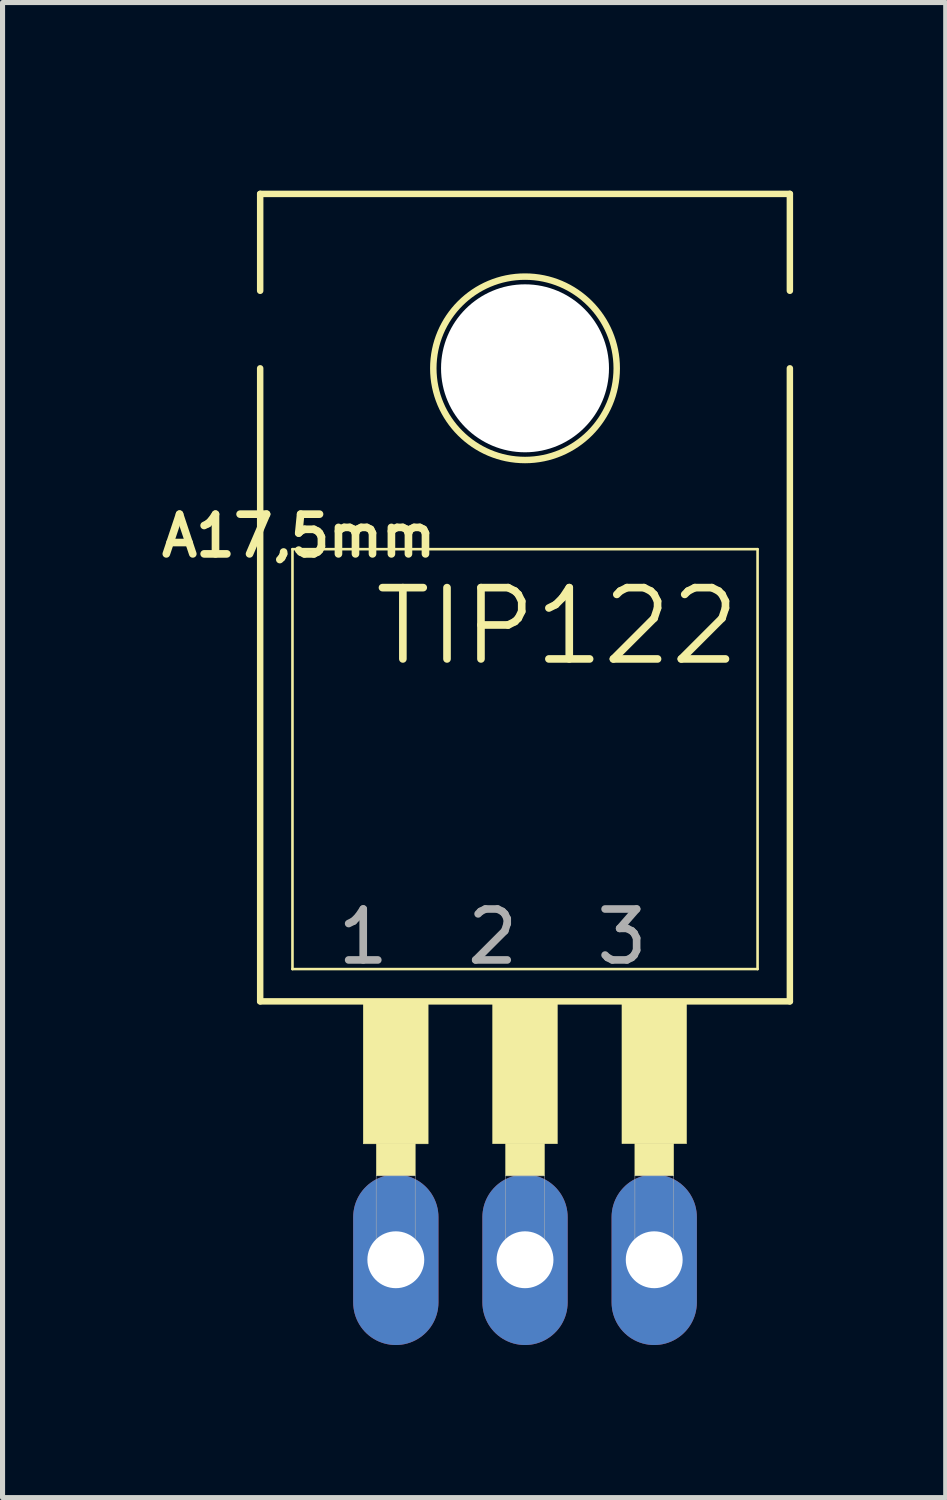
<source format=kicad_pcb>
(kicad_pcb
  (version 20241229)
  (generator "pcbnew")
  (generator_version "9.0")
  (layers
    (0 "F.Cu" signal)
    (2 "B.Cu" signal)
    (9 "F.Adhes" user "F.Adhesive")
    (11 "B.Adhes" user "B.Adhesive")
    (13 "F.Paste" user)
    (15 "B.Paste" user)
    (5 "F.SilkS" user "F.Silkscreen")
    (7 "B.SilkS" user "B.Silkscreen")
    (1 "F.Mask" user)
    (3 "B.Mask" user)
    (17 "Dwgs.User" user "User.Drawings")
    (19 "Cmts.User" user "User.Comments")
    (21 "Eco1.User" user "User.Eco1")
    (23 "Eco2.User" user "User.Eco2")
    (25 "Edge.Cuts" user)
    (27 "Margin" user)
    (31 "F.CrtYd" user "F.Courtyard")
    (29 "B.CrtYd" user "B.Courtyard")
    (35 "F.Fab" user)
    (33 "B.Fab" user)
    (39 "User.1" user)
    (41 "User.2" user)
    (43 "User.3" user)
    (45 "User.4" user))
  (footprint "TIP122"
    (layer "F.Cu")
    (at 7.272 15.367)
    (property "Reference" "TIP122" (at 0.636 -6.103 0) (layer "F.SilkS") (effects (font (size 1.402 1.402) (thickness 0.15))))
    (attr through_hole)
    (fp_line (start -5.207 -12.7) (end -5.207 -14.605) (stroke (width 0.127) (type solid)) (layer "F.SilkS"))
    (fp_line (start -5.207 1.27) (end -5.207 -11.176) (stroke (width 0.127) (type solid)) (layer "F.SilkS"))
    (fp_line (start -5.207 1.27) (end 5.207 1.27) (stroke (width 0.127) (type solid)) (layer "F.SilkS"))
    (fp_line (start -4.572 0.635) (end -4.572 -7.62) (stroke (width 0.051) (type solid)) (layer "F.SilkS"))
    (fp_line (start -4.572 0.635) (end 4.572 0.635) (stroke (width 0.051) (type solid)) (layer "F.SilkS"))
    (fp_line (start 4.572 -7.62) (end -4.572 -7.62) (stroke (width 0.051) (type solid)) (layer "F.SilkS"))
    (fp_line (start 4.572 -7.62) (end 4.572 0.635) (stroke (width 0.051) (type solid)) (layer "F.SilkS"))
    (fp_line (start 5.207 -14.605) (end -5.207 -14.605) (stroke (width 0.127) (type solid)) (layer "F.SilkS"))
    (fp_line (start 5.207 -12.7) (end 5.207 -14.605) (stroke (width 0.127) (type solid)) (layer "F.SilkS"))
    (fp_line (start 5.207 1.27) (end 5.207 -11.176) (stroke (width 0.127) (type solid)) (layer "F.SilkS"))
    (fp_circle (center 0 -11.176) (end 1.803 -11.176) (stroke (width 0.127) (type solid)) (fill no) (layer "F.SilkS"))
    (fp_poly (pts (xy -3.18 1.27) (xy -1.905 1.27) (xy -1.905 4.07) (xy -3.18 4.07)) (stroke (width 0.01) (type solid)) (fill yes) (layer "F.SilkS"))
    (fp_poly (pts (xy -2.922 4.064) (xy -2.159 4.064) (xy -2.159 4.7) (xy -2.922 4.7)) (stroke (width 0.01) (type solid)) (fill yes) (layer "F.SilkS"))
    (fp_poly (pts (xy -0.636 1.27) (xy 0.635 1.27) (xy 0.635 4.068) (xy -0.636 4.068)) (stroke (width 0.01) (type solid)) (fill yes) (layer "F.SilkS"))
    (fp_poly (pts (xy -0.381 4.064) (xy 0.381 4.064) (xy 0.381 4.701) (xy -0.381 4.701)) (stroke (width 0.01) (type solid)) (fill yes) (layer "F.SilkS"))
    (fp_poly (pts (xy 1.906 1.27) (xy 3.175 1.27) (xy 3.175 4.067) (xy 1.906 4.067)) (stroke (width 0.01) (type solid)) (fill yes) (layer "F.SilkS"))
    (fp_poly (pts (xy 2.16 4.064) (xy 2.921 4.064) (xy 2.921 4.7) (xy 2.16 4.7)) (stroke (width 0.01) (type solid)) (fill yes) (layer "F.SilkS"))
    (fp_poly (pts (xy -2.926 4.699) (xy -2.159 4.699) (xy -2.159 6.615) (xy -2.926 6.615)) (stroke (width 0.01) (type solid)) (fill no) (layer "F.Fab"))
    (fp_poly (pts (xy -0.381 4.699) (xy 0.381 4.699) (xy 0.381 6.612) (xy -0.381 6.612)) (stroke (width 0.01) (type solid)) (fill no) (layer "F.Fab"))
    (fp_poly (pts (xy 2.16 4.699) (xy 2.921 4.699) (xy 2.921 6.606) (xy 2.16 6.606)) (stroke (width 0.01) (type solid)) (fill no) (layer "F.Fab"))
    (fp_text user "A17,5mm" (at -4.449 -7.881 0) (layer "F.SilkS") (effects (font (size 0.781 0.781) (thickness 0.15))))
    (fp_text user "3" (at 1.908 0 0) (layer "F.Fab") (effects (font (size 1.001 1.001) (thickness 0.15))))
    (fp_text user "2" (at -0.636 0 0) (layer "F.Fab") (effects (font (size 1.001 1.001) (thickness 0.15))))
    (fp_text user "1" (at -3.181 0 0) (layer "F.Fab") (effects (font (size 1.002 1.002) (thickness 0.15))))
    (pad "" np_thru_hole circle (at 0 -11.176) (size 3.302 3.302) (drill 3.302) (layers "*.Cu" "*.Mask"))
    (pad "1" thru_hole oval (at -2.54 6.35) (size 1.676 3.353) (drill 1.118) (layers "*.Cu" "*.Mask"))
    (pad "2" thru_hole oval (at 0 6.35) (size 1.676 3.353) (drill 1.118) (layers "*.Cu" "*.Mask"))
    (pad "3" thru_hole oval (at 2.54 6.35) (size 1.676 3.353) (drill 1.118) (layers "*.Cu" "*.Mask"))
    (zone (net_name "") (layers "F.Cu" "B.Cu") (hatch full 0.508) (connect_pads) (min_thickness 0) (filled_areas_thickness no) (keepout (tracks allowed) (vias not_allowed) (pads allowed) (copperpour allowed) (footprints allowed)) (placement (enabled no)) (fill) (polygon (pts (xy 11.463 4.191) (xy 11.443 4.602) (xy 11.383 5.009) (xy 11.283 5.408) (xy 11.144 5.795) (xy 10.969 6.167) (xy 10.757 6.519) (xy 10.512 6.85) (xy 10.236 7.154) (xy 9.931 7.431) (xy 9.601 7.676) (xy 9.248 7.887) (xy 8.876 8.063) (xy 8.489 8.202) (xy 8.09 8.301) (xy 7.683 8.362) (xy 7.272 8.382) (xy 6.862 8.362) (xy 6.455 8.301) (xy 6.056 8.202) (xy 5.669 8.063) (xy 5.297 7.887) (xy 4.944 7.676) (xy 4.614 7.431) (xy 4.309 7.154) (xy 4.033 6.85) (xy 3.788 6.519) (xy 3.576 6.167) (xy 3.401 5.795) (xy 3.262 5.408) (xy 3.162 5.009) (xy 3.102 4.602) (xy 3.081 4.191) (xy 3.102 3.78) (xy 3.162 3.373) (xy 3.262 2.974) (xy 3.401 2.587) (xy 3.576 2.215) (xy 3.788 1.863) (xy 4.033 1.532) (xy 4.309 1.228) (xy 4.614 0.951) (xy 4.944 0.706) (xy 5.297 0.495) (xy 5.669 0.319) (xy 6.056 0.18) (xy 6.455 0.081) (xy 6.862 0.02) (xy 7.272 0) (xy 7.683 0.02) (xy 8.09 0.081) (xy 8.489 0.18) (xy 8.876 0.319) (xy 9.248 0.495) (xy 9.601 0.706) (xy 9.931 0.951) (xy 10.236 1.228) (xy 10.512 1.532) (xy 10.757 1.863) (xy 10.969 2.215) (xy 11.144 2.587) (xy 11.283 2.974) (xy 11.383 3.373) (xy 11.443 3.78))))
    (zone (net_name "") (layer "B.Cu") (hatch full 0.508) (connect_pads) (min_thickness 0) (filled_areas_thickness no) (keepout (tracks not_allowed) (vias not_allowed) (pads not_allowed) (copperpour not_allowed) (footprints allowed)) (placement (enabled no)) (fill) (polygon (pts (xy 11.463 4.191) (xy 11.443 4.602) (xy 11.383 5.009) (xy 11.283 5.408) (xy 11.144 5.795) (xy 10.969 6.167) (xy 10.757 6.519) (xy 10.512 6.85) (xy 10.236 7.154) (xy 9.931 7.431) (xy 9.601 7.676) (xy 9.248 7.887) (xy 8.876 8.063) (xy 8.489 8.202) (xy 8.09 8.301) (xy 7.683 8.362) (xy 7.272 8.382) (xy 6.862 8.362) (xy 6.455 8.301) (xy 6.056 8.202) (xy 5.669 8.063) (xy 5.297 7.887) (xy 4.944 7.676) (xy 4.614 7.431) (xy 4.309 7.154) (xy 4.033 6.85) (xy 3.788 6.519) (xy 3.576 6.167) (xy 3.401 5.795) (xy 3.262 5.408) (xy 3.162 5.009) (xy 3.102 4.602) (xy 3.081 4.191) (xy 3.102 3.78) (xy 3.162 3.373) (xy 3.262 2.974) (xy 3.401 2.587) (xy 3.576 2.215) (xy 3.788 1.863) (xy 4.033 1.532) (xy 4.309 1.228) (xy 4.614 0.951) (xy 4.944 0.706) (xy 5.297 0.495) (xy 5.669 0.319) (xy 6.056 0.18) (xy 6.455 0.081) (xy 6.862 0.02) (xy 7.272 0) (xy 7.683 0.02) (xy 8.09 0.081) (xy 8.489 0.18) (xy 8.876 0.319) (xy 9.248 0.495) (xy 9.601 0.706) (xy 9.931 0.951) (xy 10.236 1.228) (xy 10.512 1.532) (xy 10.757 1.863) (xy 10.969 2.215) (xy 11.144 2.587) (xy 11.283 2.974) (xy 11.383 3.373) (xy 11.443 3.78)))))
  (gr_rect
    (start -3 -3)
    (end 15.543 26.393)
    (stroke (width 0.1) (type default))
    (fill no)
    (layer "Edge.Cuts")))
</source>
